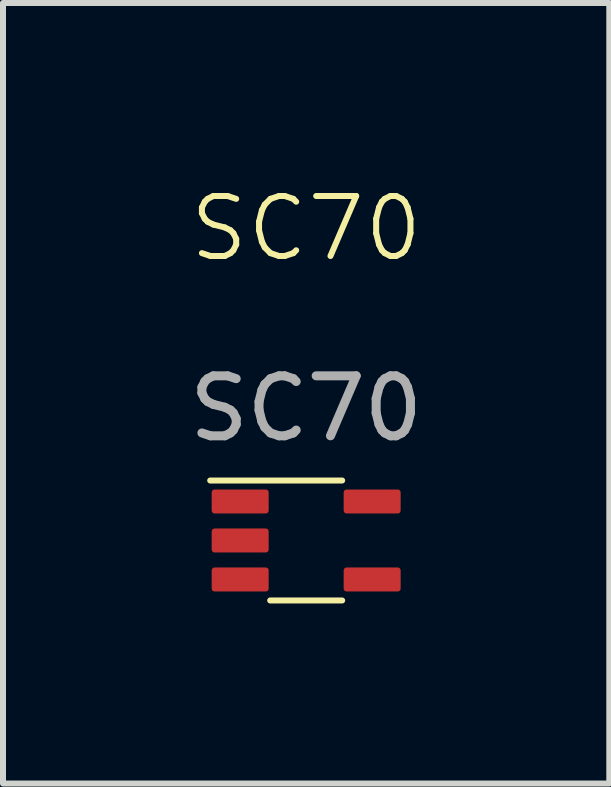
<source format=kicad_pcb>
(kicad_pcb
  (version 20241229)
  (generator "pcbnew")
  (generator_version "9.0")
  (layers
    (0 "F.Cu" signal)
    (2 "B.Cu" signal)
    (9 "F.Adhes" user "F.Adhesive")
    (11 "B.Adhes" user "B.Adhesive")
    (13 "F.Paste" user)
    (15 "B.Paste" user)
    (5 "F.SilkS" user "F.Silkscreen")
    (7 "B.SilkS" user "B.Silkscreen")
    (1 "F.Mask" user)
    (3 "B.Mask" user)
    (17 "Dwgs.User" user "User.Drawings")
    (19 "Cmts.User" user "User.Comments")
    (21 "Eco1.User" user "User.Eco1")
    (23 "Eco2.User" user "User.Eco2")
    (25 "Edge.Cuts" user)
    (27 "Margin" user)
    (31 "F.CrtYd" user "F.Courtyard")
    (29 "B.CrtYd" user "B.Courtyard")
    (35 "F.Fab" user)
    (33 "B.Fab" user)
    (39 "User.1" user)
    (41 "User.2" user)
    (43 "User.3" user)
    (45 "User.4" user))
  (footprint "SC70"
    (layer "F.Cu")
    (at 2.054 5.96)
    (property "Reference" "SC70" (at 0 -5.2 0) (unlocked yes) (layer "F.SilkS") (effects (font (size 1 1) (thickness 0.1))))
    (attr smd)
    (fp_line (start -1.6 -1) (end 0.6 -1) (stroke (width 0.1) (type default)) (layer "F.SilkS"))
    (fp_line (start -0.6 1) (end 0.6 1) (stroke (width 0.1) (type default)) (layer "F.SilkS"))
    (fp_text user "${REFERENCE}" (at 0 -2.2 0) (unlocked yes) (layer "F.Fab") (effects (font (size 1 1) (thickness 0.15))))
    (pad "1" smd roundrect (at -1.1 -0.65) (size 0.95 0.4) (layers "F.Cu" "F.Mask" "F.Paste") (roundrect_rratio 0.12))
    (pad "2" smd roundrect (at -1.1 0) (size 0.95 0.4) (layers "F.Cu" "F.Mask" "F.Paste") (roundrect_rratio 0.12))
    (pad "3" smd roundrect (at -1.1 0.65) (size 0.95 0.4) (layers "F.Cu" "F.Mask" "F.Paste") (roundrect_rratio 0.12))
    (pad "4" smd roundrect (at 1.1 0.65) (size 0.95 0.4) (layers "F.Cu" "F.Mask" "F.Paste") (roundrect_rratio 0.12))
    (pad "5" smd roundrect (at 1.1 -0.65) (size 0.95 0.4) (layers "F.Cu" "F.Mask" "F.Paste") (roundrect_rratio 0.12)))
  (gr_rect
    (start -3 -3)
    (end 7.107 10.011)
    (stroke (width 0.1) (type default))
    (fill no)
    (layer "Edge.Cuts")))
</source>
